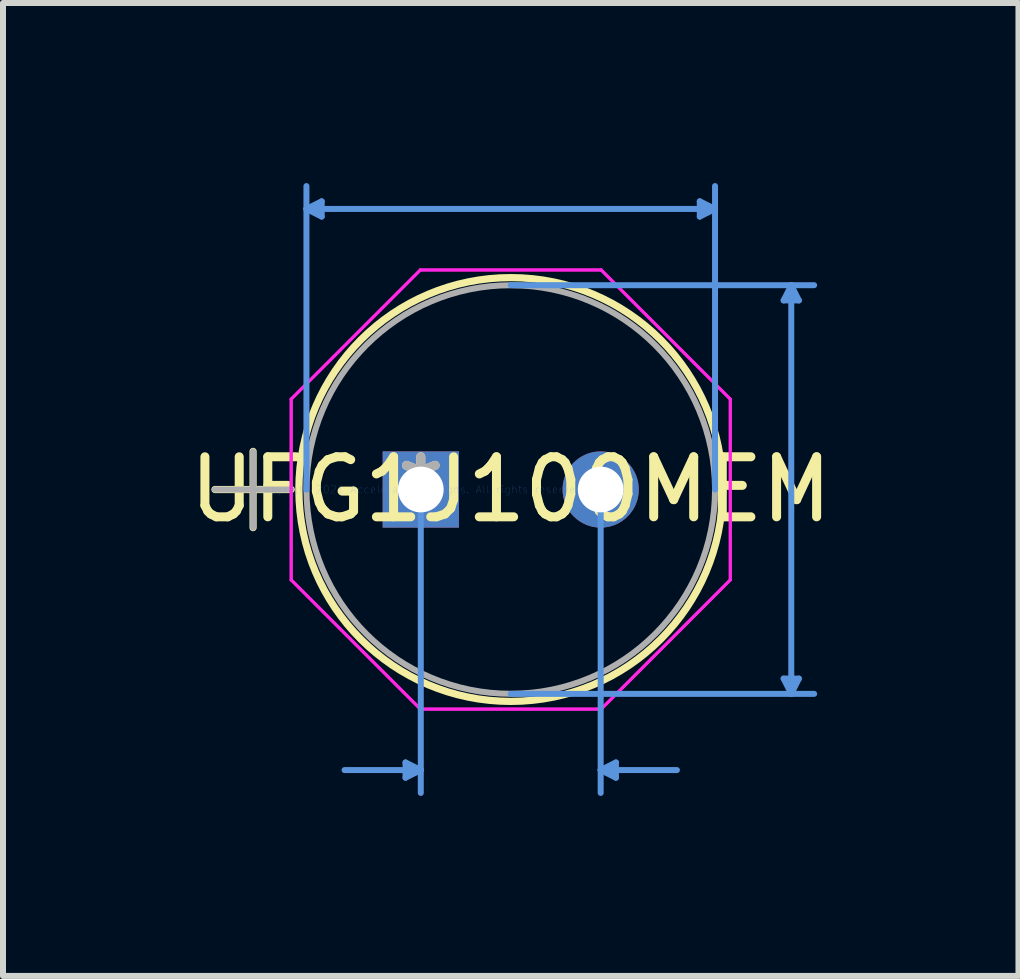
<source format=kicad_pcb>
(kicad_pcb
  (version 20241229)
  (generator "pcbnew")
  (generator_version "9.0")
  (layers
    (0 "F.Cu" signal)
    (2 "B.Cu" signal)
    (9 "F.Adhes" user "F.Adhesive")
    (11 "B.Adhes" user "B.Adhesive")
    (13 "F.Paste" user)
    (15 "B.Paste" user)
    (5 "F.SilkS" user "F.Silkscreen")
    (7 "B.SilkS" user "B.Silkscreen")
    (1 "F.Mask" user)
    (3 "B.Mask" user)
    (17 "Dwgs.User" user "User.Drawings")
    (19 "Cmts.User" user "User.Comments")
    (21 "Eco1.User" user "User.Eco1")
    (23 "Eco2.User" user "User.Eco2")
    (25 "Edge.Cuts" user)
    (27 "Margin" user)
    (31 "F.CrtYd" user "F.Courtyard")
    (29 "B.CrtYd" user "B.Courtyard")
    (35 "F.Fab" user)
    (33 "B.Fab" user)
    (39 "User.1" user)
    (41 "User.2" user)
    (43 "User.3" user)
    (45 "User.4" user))
  (footprint "UFG1J100MEM"
    (layer "F.Cu")
    (at 3.96 5.105)
    (property "Reference" "UFG1J100MEM" (at 1.499 0 0) (layer "F.SilkS") (effects (font (size 1 1) (thickness 0.15))))
    (attr through_hole)
    (fp_line (start -3.429 0) (end -2.159 0) (stroke (width 0.12) (type solid)) (layer "F.SilkS"))
    (fp_line (start -2.794 -0.635) (end -2.794 0.635) (stroke (width 0.12) (type solid)) (layer "F.SilkS"))
    (fp_circle (center 1.499 0) (end 5.029 0) (stroke (width 0.12) (type solid)) (fill no) (layer "F.SilkS"))
    (fp_line (start -1.905 -4.674) (end -1.651 -4.801) (stroke (width 0.1) (type solid)) (layer "Cmts.User"))
    (fp_line (start -1.905 -4.674) (end -1.651 -4.547) (stroke (width 0.1) (type solid)) (layer "Cmts.User"))
    (fp_line (start -1.905 -4.674) (end 4.902 -4.674) (stroke (width 0.1) (type solid)) (layer "Cmts.User"))
    (fp_line (start -1.905 0) (end -1.905 -5.055) (stroke (width 0.1) (type solid)) (layer "Cmts.User"))
    (fp_line (start -1.651 -4.801) (end -1.651 -4.547) (stroke (width 0.1) (type solid)) (layer "Cmts.User"))
    (fp_line (start -0.254 4.547) (end -0.254 4.801) (stroke (width 0.1) (type solid)) (layer "Cmts.User"))
    (fp_line (start 0 0) (end 0 5.055) (stroke (width 0.1) (type solid)) (layer "Cmts.User"))
    (fp_line (start 0 4.674) (end -1.27 4.674) (stroke (width 0.1) (type solid)) (layer "Cmts.User"))
    (fp_line (start 0 4.674) (end -0.254 4.547) (stroke (width 0.1) (type solid)) (layer "Cmts.User"))
    (fp_line (start 0 4.674) (end -0.254 4.801) (stroke (width 0.1) (type solid)) (layer "Cmts.User"))
    (fp_line (start 1.499 -3.404) (end 6.553 -3.404) (stroke (width 0.1) (type solid)) (layer "Cmts.User"))
    (fp_line (start 1.499 3.404) (end 6.553 3.404) (stroke (width 0.1) (type solid)) (layer "Cmts.User"))
    (fp_line (start 2.997 0) (end 2.997 5.055) (stroke (width 0.1) (type solid)) (layer "Cmts.User"))
    (fp_line (start 2.997 4.674) (end 3.251 4.547) (stroke (width 0.1) (type solid)) (layer "Cmts.User"))
    (fp_line (start 2.997 4.674) (end 3.251 4.801) (stroke (width 0.1) (type solid)) (layer "Cmts.User"))
    (fp_line (start 2.997 4.674) (end 4.267 4.674) (stroke (width 0.1) (type solid)) (layer "Cmts.User"))
    (fp_line (start 3.251 4.547) (end 3.251 4.801) (stroke (width 0.1) (type solid)) (layer "Cmts.User"))
    (fp_line (start 4.648 -4.801) (end 4.648 -4.547) (stroke (width 0.1) (type solid)) (layer "Cmts.User"))
    (fp_line (start 4.902 -4.674) (end 4.648 -4.801) (stroke (width 0.1) (type solid)) (layer "Cmts.User"))
    (fp_line (start 4.902 -4.674) (end 4.648 -4.547) (stroke (width 0.1) (type solid)) (layer "Cmts.User"))
    (fp_line (start 4.902 0) (end 4.902 -5.055) (stroke (width 0.1) (type solid)) (layer "Cmts.User"))
    (fp_line (start 6.045 -3.15) (end 6.299 -3.15) (stroke (width 0.1) (type solid)) (layer "Cmts.User"))
    (fp_line (start 6.045 3.15) (end 6.299 3.15) (stroke (width 0.1) (type solid)) (layer "Cmts.User"))
    (fp_line (start 6.172 -3.404) (end 6.045 -3.15) (stroke (width 0.1) (type solid)) (layer "Cmts.User"))
    (fp_line (start 6.172 -3.404) (end 6.172 3.404) (stroke (width 0.1) (type solid)) (layer "Cmts.User"))
    (fp_line (start 6.172 -3.404) (end 6.299 -3.15) (stroke (width 0.1) (type solid)) (layer "Cmts.User"))
    (fp_line (start 6.172 3.404) (end 6.045 3.15) (stroke (width 0.1) (type solid)) (layer "Cmts.User"))
    (fp_line (start 6.172 3.404) (end 6.299 3.15) (stroke (width 0.1) (type solid)) (layer "Cmts.User"))
    (fp_line (start -2.159 -1.506) (end -0.007 -3.658) (stroke (width 0.05) (type solid)) (layer "F.CrtYd"))
    (fp_line (start -2.159 -1.506) (end -0.007 -3.658) (stroke (width 0.05) (type solid)) (layer "F.CrtYd"))
    (fp_line (start -2.159 1.506) (end -2.159 -1.506) (stroke (width 0.05) (type solid)) (layer "F.CrtYd"))
    (fp_line (start -2.159 1.506) (end -2.159 -1.506) (stroke (width 0.05) (type solid)) (layer "F.CrtYd"))
    (fp_line (start -0.007 -3.658) (end 3.005 -3.658) (stroke (width 0.05) (type solid)) (layer "F.CrtYd"))
    (fp_line (start -0.007 -3.658) (end 3.005 -3.658) (stroke (width 0.05) (type solid)) (layer "F.CrtYd"))
    (fp_line (start -0.007 3.658) (end -2.159 1.506) (stroke (width 0.05) (type solid)) (layer "F.CrtYd"))
    (fp_line (start -0.007 3.658) (end -2.159 1.506) (stroke (width 0.05) (type solid)) (layer "F.CrtYd"))
    (fp_line (start 3.005 -3.658) (end 5.156 -1.506) (stroke (width 0.05) (type solid)) (layer "F.CrtYd"))
    (fp_line (start 3.005 -3.658) (end 5.156 -1.506) (stroke (width 0.05) (type solid)) (layer "F.CrtYd"))
    (fp_line (start 3.005 3.658) (end -0.007 3.658) (stroke (width 0.05) (type solid)) (layer "F.CrtYd"))
    (fp_line (start 3.005 3.658) (end -0.007 3.658) (stroke (width 0.05) (type solid)) (layer "F.CrtYd"))
    (fp_line (start 5.156 -1.506) (end 5.156 1.506) (stroke (width 0.05) (type solid)) (layer "F.CrtYd"))
    (fp_line (start 5.156 -1.506) (end 5.156 1.506) (stroke (width 0.05) (type solid)) (layer "F.CrtYd"))
    (fp_line (start 5.156 1.506) (end 3.005 3.658) (stroke (width 0.05) (type solid)) (layer "F.CrtYd"))
    (fp_line (start 5.156 1.506) (end 3.005 3.658) (stroke (width 0.05) (type solid)) (layer "F.CrtYd"))
    (fp_line (start -3.429 0) (end -2.159 0) (stroke (width 0.1) (type solid)) (layer "F.Fab"))
    (fp_line (start -2.794 -0.635) (end -2.794 0.635) (stroke (width 0.1) (type solid)) (layer "F.Fab"))
    (fp_circle (center 1.499 0) (end 4.902 0) (stroke (width 0.1) (type solid)) (fill no) (layer "F.Fab"))
    (fp_text user "*" (at 0 0 0) (layer "F.SilkS") (effects (font (size 1 1) (thickness 0.15))))
    (fp_text user "Copyright 2021 Accelerated Designs. All rights reserved." (at 0 0 0) (layer "Cmts.User") (effects (font (size 0.127 0.127) (thickness 0.002))))
    (fp_text user "*" (at 0 0 0) (layer "F.Fab") (effects (font (size 1 1) (thickness 0.15))))
    (pad "1" thru_hole rect (at 0 0) (size 1.27 1.27) (drill 0.762) (layers "*.Cu" "*.Mask"))
    (pad "2" thru_hole circle (at 2.997 0) (size 1.27 1.27) (drill 0.762) (layers "*.Cu" "*.Mask")))
  (gr_rect
    (start -3 -3)
    (end 13.917 13.209)
    (stroke (width 0.1) (type default))
    (fill no)
    (layer "Edge.Cuts")))
</source>
